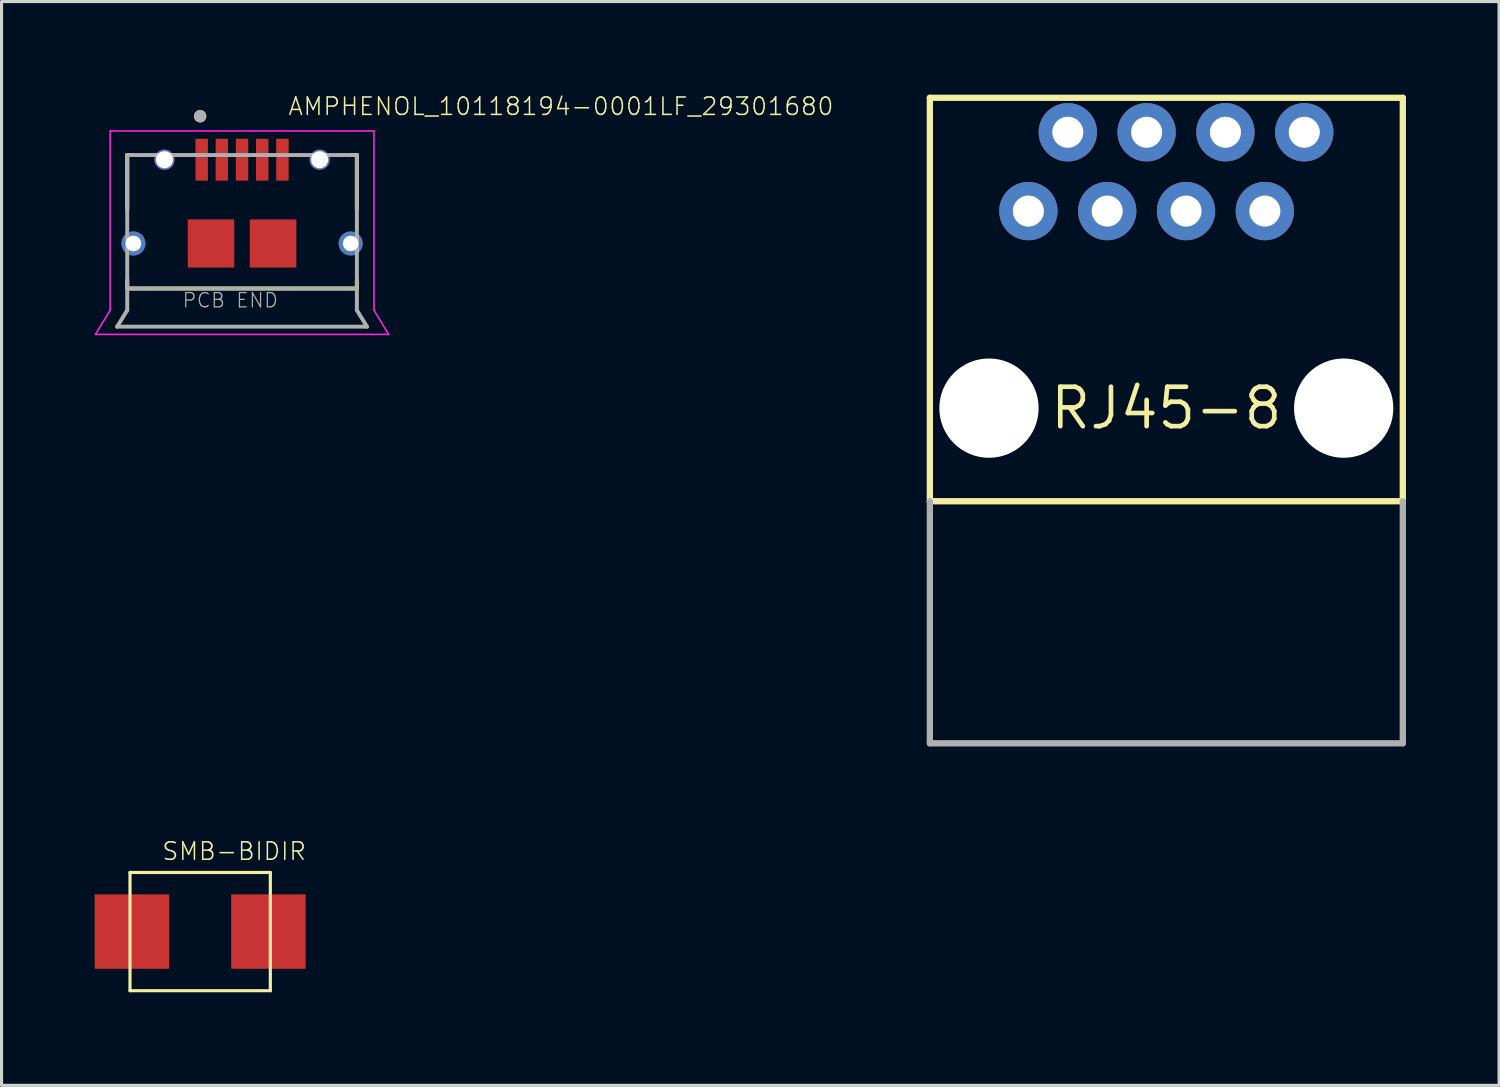
<source format=kicad_pcb>
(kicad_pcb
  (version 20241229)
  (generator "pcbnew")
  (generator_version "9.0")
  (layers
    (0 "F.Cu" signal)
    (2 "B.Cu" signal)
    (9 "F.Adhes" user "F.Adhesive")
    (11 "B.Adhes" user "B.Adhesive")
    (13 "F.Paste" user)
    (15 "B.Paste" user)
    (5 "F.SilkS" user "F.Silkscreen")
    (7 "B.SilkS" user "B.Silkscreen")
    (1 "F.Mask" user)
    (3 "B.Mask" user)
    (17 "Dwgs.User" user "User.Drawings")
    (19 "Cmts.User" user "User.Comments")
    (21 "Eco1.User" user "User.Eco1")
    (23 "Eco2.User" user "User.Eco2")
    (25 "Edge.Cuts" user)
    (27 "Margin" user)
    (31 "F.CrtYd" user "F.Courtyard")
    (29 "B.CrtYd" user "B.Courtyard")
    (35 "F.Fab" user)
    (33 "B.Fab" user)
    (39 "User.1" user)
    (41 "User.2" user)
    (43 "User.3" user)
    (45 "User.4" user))
  (footprint "RJ45-8"
    (layer "F.Cu")
    (at 34.534 10.102)
    (property "Reference" "RJ45-8" (at 0 0 0) (layer "F.SilkS") (effects (font (size 1.27 1.27) (thickness 0.15))))
    (fp_line (start -7.62 -10) (end 7.62 -10) (stroke (width 0.203) (type solid)) (layer "F.SilkS"))
    (fp_line (start -7.62 3) (end -7.62 -10) (stroke (width 0.203) (type solid)) (layer "F.SilkS"))
    (fp_line (start -7.62 3) (end 7.62 3) (stroke (width 0.203) (type solid)) (layer "F.SilkS"))
    (fp_line (start 7.62 -10) (end 7.62 3) (stroke (width 0.203) (type solid)) (layer "F.SilkS"))
    (fp_line (start -7.62 3) (end -7.62 10.8) (stroke (width 0.203) (type solid)) (layer "F.Fab"))
    (fp_line (start -7.62 10.8) (end 7.62 10.8) (stroke (width 0.203) (type solid)) (layer "F.Fab"))
    (fp_line (start 7.62 10.8) (end 7.62 3) (stroke (width 0.203) (type solid)) (layer "F.Fab"))
    (pad "" np_thru_hole circle (at -5.715 0) (size 3.2 3.2) (drill 3.2) (layers "*.Cu" "*.Mask"))
    (pad "" np_thru_hole circle (at 5.715 0) (size 3.2 3.2) (drill 3.2) (layers "*.Cu" "*.Mask"))
    (pad "1" thru_hole circle (at -4.445 -6.35) (size 1.88 1.88) (drill 1) (layers "*.Cu" "*.Mask"))
    (pad "2" thru_hole circle (at -3.175 -8.89) (size 1.88 1.88) (drill 1) (layers "*.Cu" "*.Mask"))
    (pad "3" thru_hole circle (at -1.905 -6.35) (size 1.88 1.88) (drill 1) (layers "*.Cu" "*.Mask"))
    (pad "4" thru_hole circle (at -0.635 -8.89) (size 1.88 1.88) (drill 1) (layers "*.Cu" "*.Mask"))
    (pad "5" thru_hole circle (at 0.635 -6.35) (size 1.88 1.88) (drill 1) (layers "*.Cu" "*.Mask"))
    (pad "6" thru_hole circle (at 1.905 -8.89) (size 1.88 1.88) (drill 1) (layers "*.Cu" "*.Mask"))
    (pad "7" thru_hole circle (at 3.175 -6.35) (size 1.88 1.88) (drill 1) (layers "*.Cu" "*.Mask"))
    (pad "8" thru_hole circle (at 4.445 -8.89) (size 1.88 1.88) (drill 1) (layers "*.Cu" "*.Mask")))
  (footprint "AMPHENOL_10118194-0001LF_29301680"
    (layer "F.Cu")
    (at 4.75 4.796)
    (property "Reference" "AMPHENOL_10118194-0001LF_29301680" (at 1.456 -4.089 0) (unlocked yes) (layer "F.SilkS") (effects (font (size 0.561 0.561) (thickness 0.049)) (justify left bottom)))
    (fp_line (start -3.7 -2.85) (end -3.7 -1.095) (stroke (width 0.127) (type solid)) (layer "F.SilkS"))
    (fp_line (start -3.7 -2.85) (end -3.52 -2.85) (stroke (width 0.127) (type solid)) (layer "F.SilkS"))
    (fp_line (start -3.7 1.45) (end -3.7 1.18) (stroke (width 0.127) (type solid)) (layer "F.SilkS"))
    (fp_line (start -3.7 1.45) (end 3.7 1.45) (stroke (width 0.127) (type solid)) (layer "F.SilkS"))
    (fp_line (start 3.7 -2.85) (end 3.52 -2.85) (stroke (width 0.127) (type solid)) (layer "F.SilkS"))
    (fp_line (start 3.7 -2.85) (end 3.7 -1.095) (stroke (width 0.127) (type solid)) (layer "F.SilkS"))
    (fp_line (start 3.7 1.18) (end 3.7 1.45) (stroke (width 0.127) (type solid)) (layer "F.SilkS"))
    (fp_circle (center -1.35 -4.1) (end -1.25 -4.1) (stroke (width 0.2) (type solid)) (fill no) (layer "F.SilkS"))
    (fp_circle (center -3.5 0) (end -3.245 0) (stroke (width 0.51) (type solid)) (fill yes) (layer "F.Paste"))
    (fp_circle (center -2.5 -2.7) (end -2.245 -2.7) (stroke (width 0.51) (type solid)) (fill yes) (layer "F.Paste"))
    (fp_circle (center 2.5 -2.7) (end 2.755 -2.7) (stroke (width 0.51) (type solid)) (fill yes) (layer "F.Paste"))
    (fp_circle (center 3.5 0) (end 3.755 0) (stroke (width 0.51) (type solid)) (fill yes) (layer "F.Paste"))
    (fp_line (start -4.725 2.93) (end -4.25 2.15) (stroke (width 0.05) (type solid)) (layer "F.CrtYd"))
    (fp_line (start -4.25 -3.625) (end 4.25 -3.625) (stroke (width 0.05) (type solid)) (layer "F.CrtYd"))
    (fp_line (start -4.25 2.15) (end -4.25 -3.625) (stroke (width 0.05) (type solid)) (layer "F.CrtYd"))
    (fp_line (start 4.25 2.15) (end 4.25 -3.625) (stroke (width 0.05) (type solid)) (layer "F.CrtYd"))
    (fp_line (start 4.725 2.93) (end -4.725 2.93) (stroke (width 0.05) (type solid)) (layer "F.CrtYd"))
    (fp_line (start 4.725 2.93) (end 4.25 2.15) (stroke (width 0.05) (type solid)) (layer "F.CrtYd"))
    (fp_line (start -4.025 2.68) (end 4.025 2.68) (stroke (width 0.127) (type solid)) (layer "F.Fab"))
    (fp_line (start -3.7 -2.85) (end -3.7 1.45) (stroke (width 0.127) (type solid)) (layer "F.Fab"))
    (fp_line (start -3.7 -2.85) (end 3.7 -2.85) (stroke (width 0.127) (type solid)) (layer "F.Fab"))
    (fp_line (start -3.7 1.45) (end -3.7 2.15) (stroke (width 0.127) (type solid)) (layer "F.Fab"))
    (fp_line (start -3.7 1.45) (end 3.7 1.45) (stroke (width 0.127) (type solid)) (layer "F.Fab"))
    (fp_line (start -3.7 2.15) (end -4.025 2.68) (stroke (width 0.127) (type solid)) (layer "F.Fab"))
    (fp_line (start 3.7 1.45) (end 3.7 -2.85) (stroke (width 0.127) (type solid)) (layer "F.Fab"))
    (fp_line (start 3.7 2.15) (end 3.7 1.45) (stroke (width 0.127) (type solid)) (layer "F.Fab"))
    (fp_line (start 4.025 2.68) (end 3.7 2.15) (stroke (width 0.127) (type solid)) (layer "F.Fab"))
    (fp_circle (center -1.35 -4.1) (end -1.25 -4.1) (stroke (width 0.2) (type solid)) (fill no) (layer "F.Fab"))
    (fp_text user "PCB END" (at -1.95 2.1 0) (unlocked yes) (layer "F.Fab") (effects (font (size 0.46 0.46) (thickness 0.04)) (justify left bottom)))
    (pad "1" smd rect (at -1.3 -2.7) (size 0.4 1.35) (layers "F.Cu" "F.Mask" "F.Paste"))
    (pad "2" smd rect (at -0.65 -2.7) (size 0.4 1.35) (layers "F.Cu" "F.Mask" "F.Paste"))
    (pad "3" smd rect (at 0 -2.7) (size 0.4 1.35) (layers "F.Cu" "F.Mask" "F.Paste"))
    (pad "4" smd rect (at 0.65 -2.7) (size 0.4 1.35) (layers "F.Cu" "F.Mask" "F.Paste"))
    (pad "5" smd rect (at 1.3 -2.7) (size 0.4 1.35) (layers "F.Cu" "F.Mask" "F.Paste"))
    (pad "S1" thru_hole circle (at -2.5 -2.7) (size 0.65 0.65) (drill 0.55) (layers "*.Cu" "*.Mask"))
    (pad "S2" thru_hole circle (at 2.5 -2.7) (size 0.65 0.65) (drill 0.55) (layers "*.Cu" "*.Mask"))
    (pad "S3" thru_hole circle (at -3.5 0 90) (size 0.775 0.775) (drill 0.5) (layers "*.Cu" "*.Mask"))
    (pad "S4" smd rect (at -1 0) (size 1.5 1.55) (layers "F.Cu" "F.Mask" "F.Paste"))
    (pad "S5" smd rect (at 1 0) (size 1.5 1.55) (layers "F.Cu" "F.Mask" "F.Paste"))
    (pad "S6" thru_hole circle (at 3.5 0 270) (size 0.775 0.775) (drill 0.5) (layers "*.Cu" "*.Mask")))
  (footprint "SMB-BIDIR"
    (layer "F.Cu")
    (at 3.4 26.969)
    (property "Reference" "SMB-BIDIR" (at -1.259 -2.259 0) (unlocked yes) (layer "F.SilkS") (effects (font (size 0.561 0.561) (thickness 0.049)) (justify left bottom)))
    (fp_line (start -2.261 -1.905) (end 2.261 -1.905) (stroke (width 0.102) (type solid)) (layer "F.SilkS"))
    (fp_line (start -2.261 1.905) (end -2.261 -1.905) (stroke (width 0.102) (type solid)) (layer "F.SilkS"))
    (fp_line (start -2.261 1.905) (end 2.261 1.905) (stroke (width 0.102) (type solid)) (layer "F.SilkS"))
    (fp_line (start 2.261 1.905) (end 2.261 -1.905) (stroke (width 0.102) (type solid)) (layer "F.SilkS"))
    (pad "A" smd rect (at 2.2 0) (size 2.4 2.4) (layers "F.Cu" "F.Mask" "F.Paste"))
    (pad "C" smd rect (at -2.2 0) (size 2.4 2.4) (layers "F.Cu" "F.Mask" "F.Paste")))
  (gr_rect
    (start -3 -3)
    (end 45.256 31.925)
    (stroke (width 0.1) (type default))
    (fill no)
    (layer "Edge.Cuts")))
</source>
